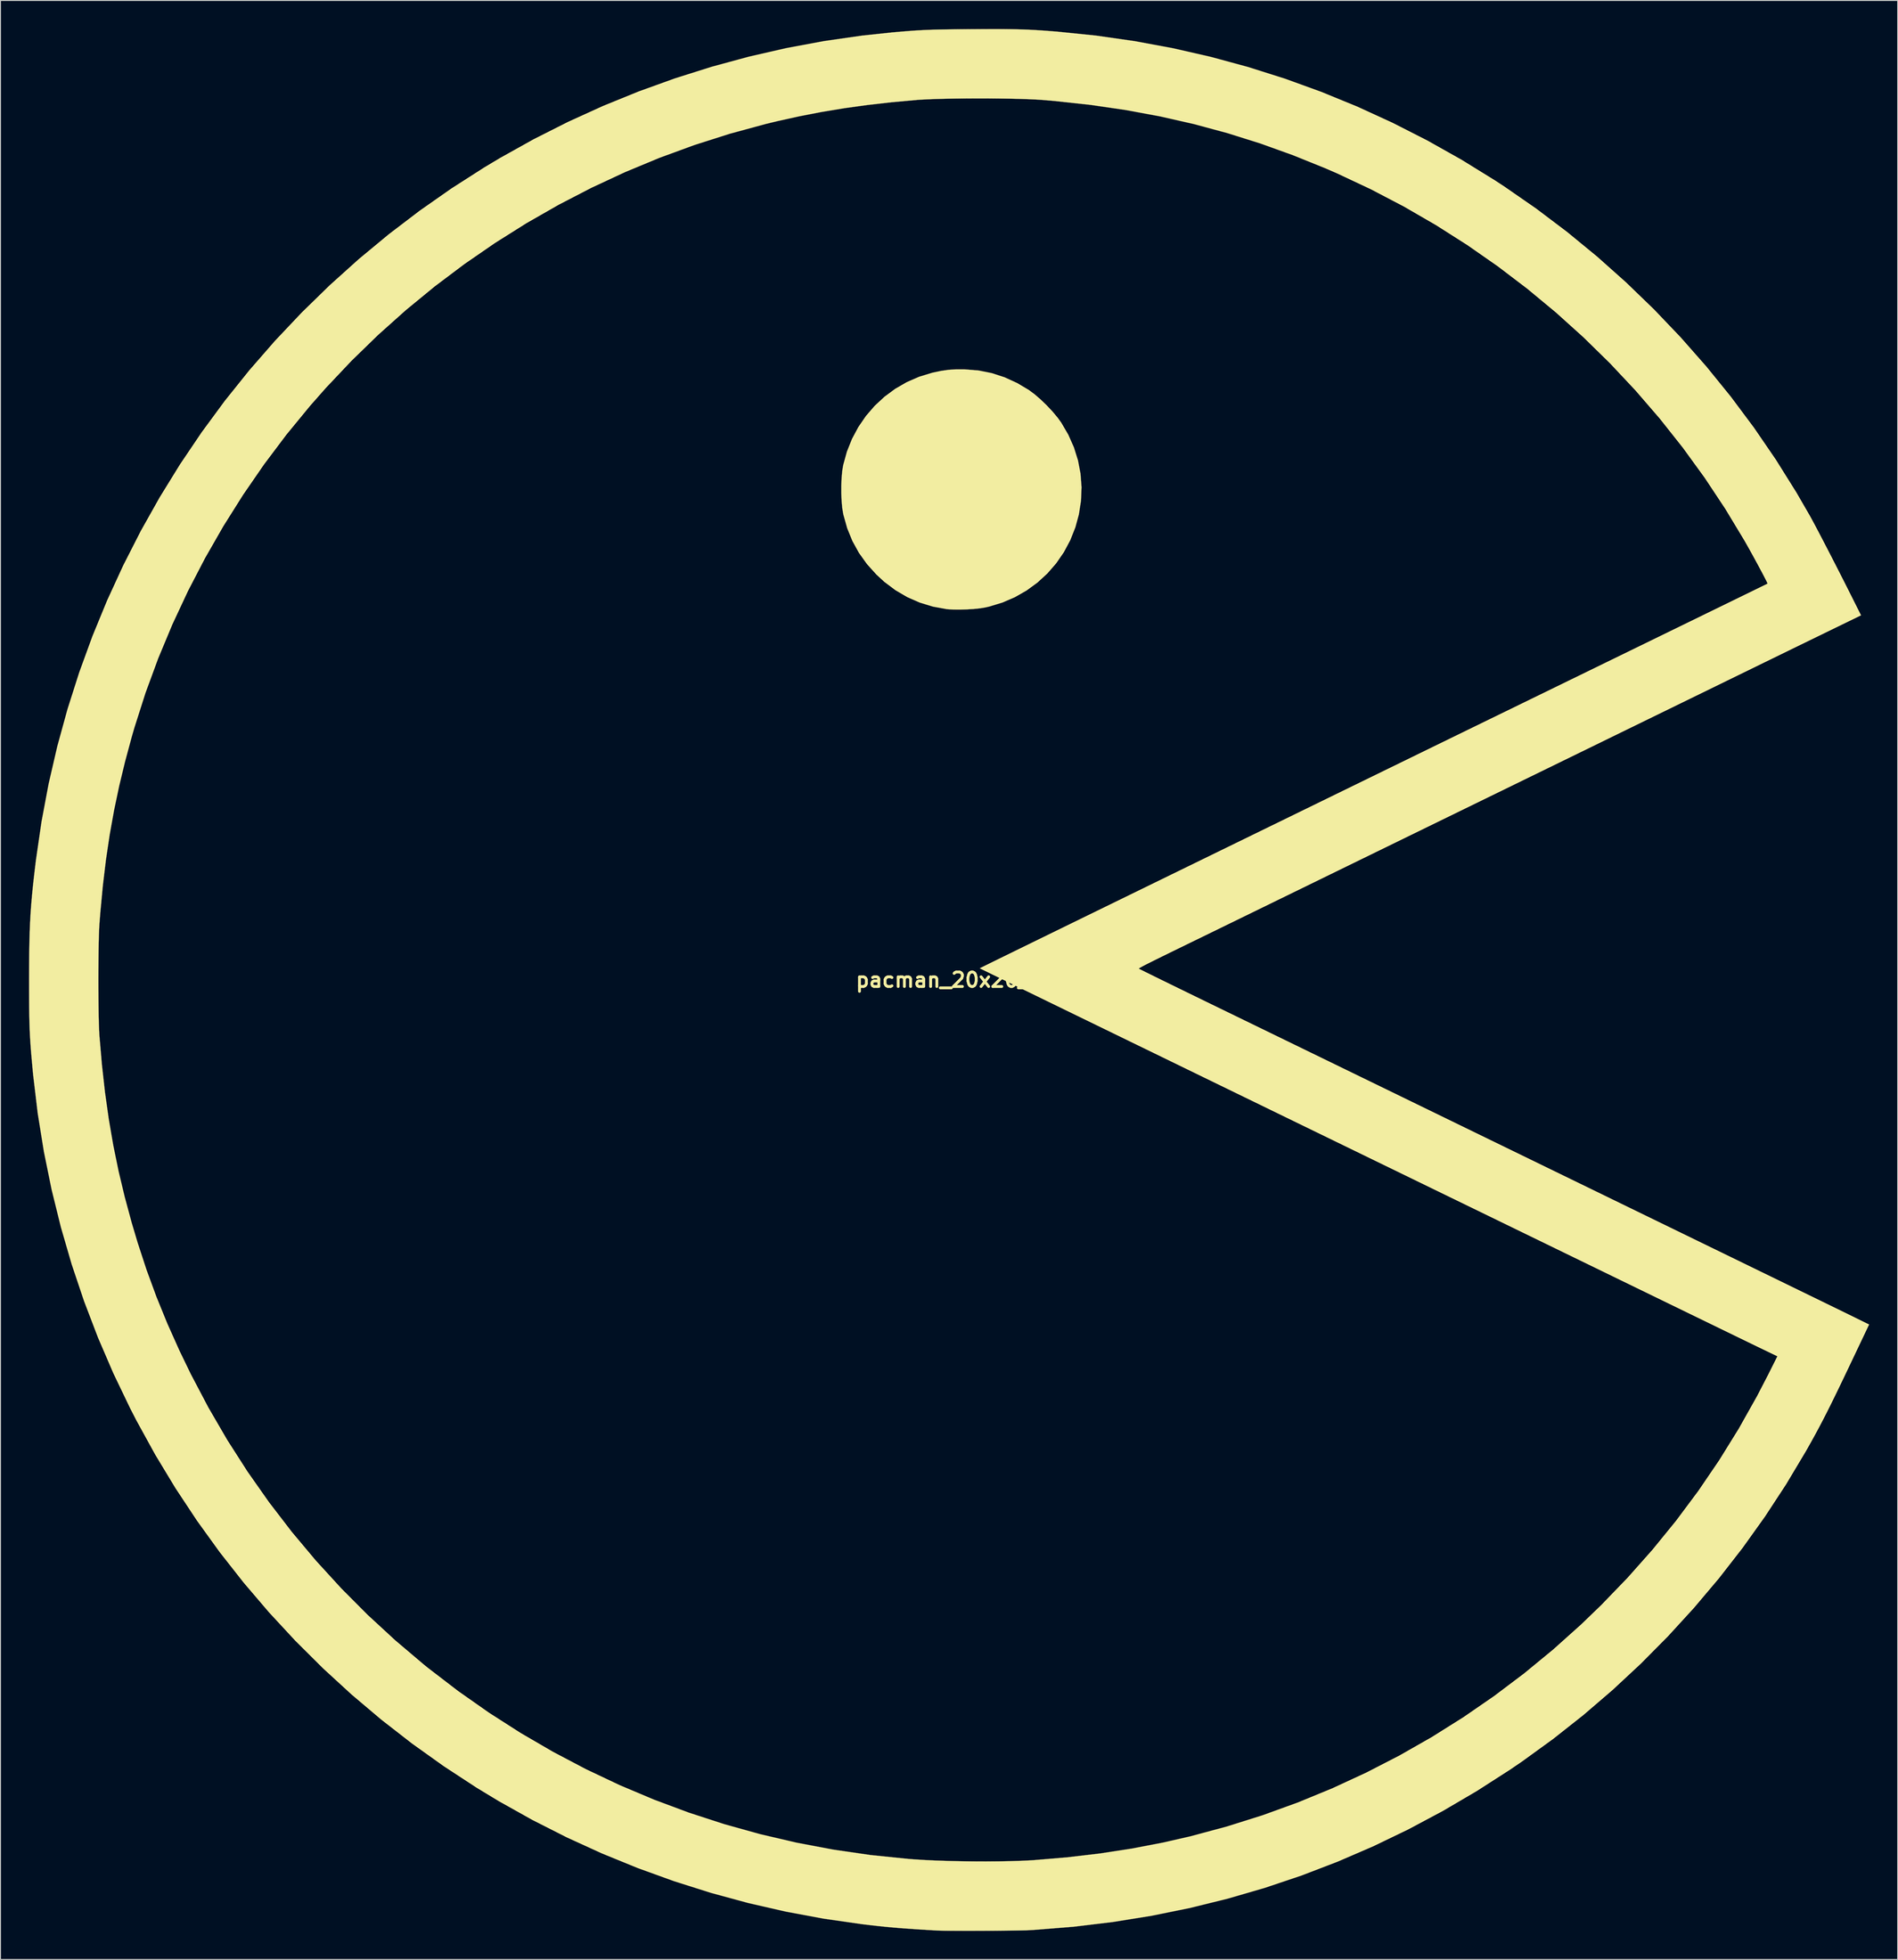
<source format=kicad_pcb>
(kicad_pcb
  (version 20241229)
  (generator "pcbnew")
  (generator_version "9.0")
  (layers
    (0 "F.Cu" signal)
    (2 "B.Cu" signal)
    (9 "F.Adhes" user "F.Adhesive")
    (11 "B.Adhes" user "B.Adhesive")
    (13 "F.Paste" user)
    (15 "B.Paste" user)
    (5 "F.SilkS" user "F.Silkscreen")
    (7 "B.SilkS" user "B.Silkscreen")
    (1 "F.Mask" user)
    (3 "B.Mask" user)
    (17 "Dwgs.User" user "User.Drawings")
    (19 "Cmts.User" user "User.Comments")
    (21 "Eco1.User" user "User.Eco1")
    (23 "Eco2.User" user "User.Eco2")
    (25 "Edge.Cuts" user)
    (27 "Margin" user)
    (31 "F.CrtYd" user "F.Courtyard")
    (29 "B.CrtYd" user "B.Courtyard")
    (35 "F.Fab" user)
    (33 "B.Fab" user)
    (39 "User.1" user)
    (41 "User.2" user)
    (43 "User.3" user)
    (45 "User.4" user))
  (footprint "pacman_20x20_F"
    (layer "F.Cu")
    (at 96.651 99.879)
    (property "Reference" "pacman_20x20_F" (at 0 0 0) (layer "F.SilkS") (effects (font (size 1.524 1.524) (thickness 0.3))))
    (attr through_hole)
    (fp_poly (pts (xy 1.612 -64.135) (xy 1.651 -64.134) (xy 3.103 -64.014) (xy 4.503 -63.735) (xy 5.857 -63.294) (xy 7.172 -62.691) (xy 8.387 -61.968) (xy 8.983 -61.527) (xy 9.623 -60.977) (xy 10.267 -60.357) (xy 10.878 -59.706) (xy 11.417 -59.062) (xy 11.795 -58.541) (xy 12.54 -57.266) (xy 13.128 -55.939) (xy 13.557 -54.57) (xy 13.825 -53.171) (xy 13.931 -51.752) (xy 13.874 -50.324) (xy 13.651 -48.897) (xy 13.283 -47.543) (xy 12.749 -46.194) (xy 12.075 -44.931) (xy 11.269 -43.762) (xy 10.342 -42.696) (xy 9.304 -41.743) (xy 8.163 -40.909) (xy 6.931 -40.205) (xy 5.616 -39.638) (xy 4.228 -39.217) (xy 3.734 -39.107) (xy 3.214 -39.026) (xy 2.581 -38.962) (xy 1.885 -38.919) (xy 1.179 -38.898) (xy 0.514 -38.901) (xy -0.057 -38.931) (xy -0.254 -38.951) (xy -1.685 -39.213) (xy -3.061 -39.634) (xy -4.375 -40.209) (xy -5.618 -40.937) (xy -6.785 -41.812) (xy -7.624 -42.584) (xy -8.616 -43.686) (xy -9.455 -44.859) (xy -10.143 -46.109) (xy -10.686 -47.442) (xy -11.087 -48.865) (xy -11.108 -48.964) (xy -11.209 -49.577) (xy -11.275 -50.309) (xy -11.309 -51.112) (xy -11.309 -51.938) (xy -11.275 -52.74) (xy -11.208 -53.471) (xy -11.108 -54.076) (xy -10.719 -55.485) (xy -10.185 -56.821) (xy -9.514 -58.075) (xy -8.716 -59.238) (xy -7.8 -60.299) (xy -6.774 -61.251) (xy -5.649 -62.084) (xy -4.431 -62.788) (xy -3.132 -63.354) (xy -1.759 -63.773) (xy -1.686 -63.79) (xy -0.828 -63.972) (xy -0.045 -64.084) (xy 0.743 -64.136) (xy 1.612 -64.135)) (stroke (width 0.01) (type solid)) (fill yes) (layer "F.SilkS"))
    (fp_poly (pts (xy 5.562 -99.872) (xy 6.355 -99.865) (xy 7.074 -99.853) (xy 7.742 -99.835) (xy 8.383 -99.809) (xy 9.02 -99.776) (xy 9.678 -99.735) (xy 10.38 -99.684) (xy 11.15 -99.624) (xy 11.345 -99.609) (xy 15.441 -99.192) (xy 19.501 -98.611) (xy 23.521 -97.866) (xy 27.499 -96.958) (xy 31.431 -95.889) (xy 35.312 -94.66) (xy 39.139 -93.272) (xy 42.91 -91.727) (xy 46.619 -90.025) (xy 50.263 -88.169) (xy 53.839 -86.159) (xy 57.343 -83.996) (xy 58.338 -83.346) (xy 61.691 -81.024) (xy 64.945 -78.567) (xy 68.097 -75.98) (xy 71.141 -73.267) (xy 74.073 -70.435) (xy 76.887 -67.487) (xy 79.58 -64.429) (xy 82.146 -61.266) (xy 84.581 -58.004) (xy 86.88 -54.647) (xy 89.038 -51.2) (xy 90.469 -48.726) (xy 90.703 -48.298) (xy 91.004 -47.738) (xy 91.361 -47.062) (xy 91.765 -46.289) (xy 92.207 -45.438) (xy 92.678 -44.526) (xy 93.167 -43.573) (xy 93.666 -42.595) (xy 94.165 -41.612) (xy 94.654 -40.641) (xy 94.871 -40.209) (xy 95.83 -38.297) (xy 92.742 -36.795) (xy 92.011 -36.439) (xy 91.16 -36.024) (xy 90.222 -35.567) (xy 89.23 -35.084) (xy 88.217 -34.59) (xy 87.214 -34.1) (xy 86.255 -33.632) (xy 85.615 -33.32) (xy 84.817 -32.93) (xy 83.902 -32.483) (xy 82.879 -31.984) (xy 81.759 -31.437) (xy 80.553 -30.848) (xy 79.271 -30.222) (xy 77.922 -29.564) (xy 76.518 -28.878) (xy 75.069 -28.171) (xy 73.586 -27.447) (xy 72.077 -26.711) (xy 70.555 -25.968) (xy 69.03 -25.223) (xy 67.511 -24.481) (xy 66.009 -23.748) (xy 64.534 -23.028) (xy 63.098 -22.327) (xy 61.71 -21.65) (xy 60.38 -21.001) (xy 59.119 -20.385) (xy 57.938 -19.809) (xy 56.846 -19.276) (xy 55.854 -18.792) (xy 54.973 -18.362) (xy 54.213 -17.991) (xy 53.583 -17.684) (xy 53.096 -17.446) (xy 53.086 -17.441) (xy 52.588 -17.198) (xy 51.95 -16.887) (xy 51.186 -16.514) (xy 50.307 -16.085) (xy 49.326 -15.606) (xy 48.256 -15.084) (xy 47.109 -14.524) (xy 45.898 -13.933) (xy 44.635 -13.317) (xy 43.333 -12.681) (xy 42.005 -12.033) (xy 40.663 -11.378) (xy 39.32 -10.722) (xy 38.862 -10.498) (xy 37.554 -9.859) (xy 36.262 -9.229) (xy 34.999 -8.613) (xy 33.775 -8.015) (xy 32.601 -7.442) (xy 31.486 -6.898) (xy 30.443 -6.389) (xy 29.482 -5.92) (xy 28.613 -5.496) (xy 27.847 -5.122) (xy 27.195 -4.804) (xy 26.668 -4.547) (xy 26.276 -4.356) (xy 26.12 -4.28) (xy 24.981 -3.726) (xy 23.986 -3.24) (xy 23.126 -2.82) (xy 22.391 -2.459) (xy 21.773 -2.154) (xy 21.263 -1.901) (xy 20.851 -1.693) (xy 20.53 -1.529) (xy 20.289 -1.401) (xy 20.121 -1.307) (xy 20.015 -1.242) (xy 19.964 -1.2) (xy 19.958 -1.178) (xy 19.958 -1.178) (xy 20.042 -1.133) (xy 20.268 -1.02) (xy 20.625 -0.842) (xy 21.105 -0.605) (xy 21.697 -0.314) (xy 22.391 0.027) (xy 23.176 0.411) (xy 24.043 0.835) (xy 24.981 1.293) (xy 25.981 1.78) (xy 27.031 2.292) (xy 27.94 2.734) (xy 29.68 3.58) (xy 31.488 4.459) (xy 33.359 5.369) (xy 35.286 6.306) (xy 37.265 7.269) (xy 39.289 8.253) (xy 41.352 9.257) (xy 43.449 10.277) (xy 45.575 11.311) (xy 47.724 12.356) (xy 49.889 13.41) (xy 52.066 14.469) (xy 54.248 15.531) (xy 56.43 16.593) (xy 58.607 17.652) (xy 60.772 18.705) (xy 62.92 19.751) (xy 65.046 20.785) (xy 67.143 21.805) (xy 69.205 22.809) (xy 71.229 23.794) (xy 73.206 24.756) (xy 75.133 25.694) (xy 77.003 26.604) (xy 78.81 27.484) (xy 80.549 28.33) (xy 82.215 29.141) (xy 83.801 29.913) (xy 85.301 30.644) (xy 86.711 31.33) (xy 88.025 31.97) (xy 89.236 32.56) (xy 90.339 33.097) (xy 91.329 33.579) (xy 92.2 34.004) (xy 92.946 34.367) (xy 93.561 34.667) (xy 94.04 34.901) (xy 94.377 35.065) (xy 94.545 35.148) (xy 96.676 36.195) (xy 94.582 40.598) (xy 94 41.818) (xy 93.478 42.903) (xy 93.006 43.874) (xy 92.573 44.751) (xy 92.17 45.553) (xy 91.786 46.3) (xy 91.412 47.013) (xy 91.036 47.71) (xy 90.649 48.413) (xy 90.241 49.14) (xy 90.019 49.53) (xy 87.951 52.989) (xy 85.738 56.367) (xy 83.385 59.658) (xy 80.898 62.854) (xy 78.282 65.951) (xy 75.545 68.942) (xy 72.692 71.82) (xy 69.728 74.579) (xy 66.659 77.213) (xy 63.492 79.715) (xy 60.232 82.079) (xy 58.955 82.95) (xy 55.451 85.2) (xy 51.887 87.291) (xy 48.263 89.224) (xy 44.58 90.999) (xy 40.839 92.614) (xy 37.041 94.071) (xy 33.186 95.367) (xy 29.276 96.504) (xy 25.31 97.482) (xy 21.291 98.299) (xy 17.217 98.955) (xy 13.091 99.451) (xy 8.913 99.786) (xy 8.382 99.816) (xy 8.08 99.828) (xy 7.634 99.839) (xy 7.068 99.849) (xy 6.403 99.858) (xy 5.661 99.865) (xy 4.863 99.871) (xy 4.032 99.876) (xy 3.19 99.879) (xy 2.359 99.88) (xy 1.56 99.88) (xy 0.816 99.878) (xy 0.148 99.875) (xy -0.422 99.869) (xy -0.871 99.862) (xy -1.178 99.852) (xy -1.228 99.85) (xy -2.395 99.781) (xy -3.421 99.716) (xy -4.334 99.654) (xy -5.162 99.592) (xy -5.933 99.527) (xy -6.675 99.458) (xy -7.416 99.381) (xy -8.185 99.295) (xy -9.008 99.197) (xy -9.144 99.18) (xy -13.153 98.604) (xy -17.138 97.862) (xy -21.092 96.957) (xy -25.008 95.891) (xy -28.878 94.666) (xy -32.696 93.285) (xy -36.454 91.751) (xy -40.145 90.066) (xy -43.763 88.233) (xy -47.299 86.254) (xy -49.615 84.851) (xy -53.059 82.598) (xy -56.401 80.213) (xy -59.636 77.698) (xy -62.761 75.057) (xy -65.772 72.295) (xy -68.667 69.415) (xy -71.441 66.421) (xy -74.091 63.316) (xy -76.615 60.105) (xy -79.007 56.791) (xy -81.266 53.377) (xy -83.387 49.869) (xy -85.368 46.268) (xy -86.02 45) (xy -87.791 41.312) (xy -89.406 37.56) (xy -90.863 33.75) (xy -92.162 29.887) (xy -93.3 25.977) (xy -94.276 22.024) (xy -95.089 18.033) (xy -95.737 14.01) (xy -96.219 9.959) (xy -96.261 9.525) (xy -96.342 8.637) (xy -96.412 7.845) (xy -96.47 7.123) (xy -96.518 6.448) (xy -96.556 5.794) (xy -96.586 5.139) (xy -96.609 4.457) (xy -96.625 3.724) (xy -96.636 2.915) (xy -96.642 2.008) (xy -96.645 0.976) (xy -96.646 -0.042) (xy -96.646 -0.109) (xy -89.366 -0.109) (xy -89.365 0.914) (xy -89.359 1.915) (xy -89.348 2.87) (xy -89.334 3.756) (xy -89.314 4.548) (xy -89.291 5.224) (xy -89.263 5.758) (xy -89.257 5.842) (xy -88.996 8.891) (xy -88.67 11.811) (xy -88.273 14.632) (xy -87.799 17.383) (xy -87.243 20.095) (xy -86.599 22.797) (xy -85.862 25.518) (xy -85.245 27.59) (xy -84.306 30.457) (xy -83.268 33.284) (xy -82.119 36.103) (xy -80.846 38.945) (xy -79.657 41.402) (xy -77.811 44.91) (xy -75.824 48.325) (xy -73.698 51.644) (xy -71.435 54.864) (xy -69.039 57.983) (xy -66.512 60.996) (xy -63.855 63.901) (xy -61.073 66.696) (xy -58.166 69.376) (xy -55.138 71.94) (xy -54.694 72.297) (xy -51.543 74.713) (xy -48.306 76.984) (xy -44.988 79.108) (xy -41.593 81.083) (xy -38.125 82.909) (xy -34.588 84.583) (xy -30.985 86.103) (xy -27.322 87.469) (xy -23.602 88.679) (xy -19.829 89.73) (xy -16.008 90.622) (xy -12.142 91.352) (xy -8.235 91.92) (xy -4.292 92.323) (xy -3.634 92.374) (xy -2.574 92.441) (xy -1.396 92.496) (xy -0.13 92.539) (xy 1.192 92.569) (xy 2.541 92.587) (xy 3.884 92.591) (xy 5.192 92.583) (xy 6.433 92.561) (xy 7.577 92.526) (xy 8.593 92.477) (xy 8.89 92.458) (xy 12.434 92.16) (xy 15.865 91.756) (xy 19.204 91.243) (xy 22.473 90.617) (xy 25.358 89.958) (xy 29.184 88.93) (xy 32.95 87.745) (xy 36.65 86.405) (xy 40.281 84.912) (xy 43.84 83.267) (xy 47.323 81.474) (xy 50.727 79.534) (xy 54.047 77.449) (xy 57.281 75.221) (xy 60.424 72.852) (xy 63.474 70.344) (xy 66.426 67.7) (xy 68.542 65.659) (xy 71.306 62.795) (xy 73.924 59.846) (xy 76.398 56.809) (xy 78.731 53.681) (xy 80.926 50.457) (xy 82.986 47.134) (xy 84.912 43.709) (xy 86.106 41.403) (xy 87.041 39.533) (xy 85.579 38.828) (xy 85.371 38.728) (xy 85.146 38.62) (xy 84.898 38.5) (xy 84.62 38.365) (xy 84.305 38.212) (xy 83.945 38.038) (xy 83.536 37.839) (xy 83.069 37.612) (xy 82.537 37.354) (xy 81.935 37.061) (xy 81.255 36.731) (xy 80.491 36.359) (xy 79.635 35.943) (xy 78.682 35.48) (xy 77.623 34.965) (xy 76.454 34.396) (xy 75.165 33.77) (xy 73.752 33.082) (xy 72.207 32.331) (xy 70.523 31.512) (xy 68.694 30.622) (xy 68.665 30.608) (xy 67.493 30.038) (xy 66.208 29.413) (xy 64.841 28.748) (xy 63.424 28.059) (xy 61.989 27.361) (xy 60.569 26.671) (xy 59.196 26.003) (xy 57.901 25.373) (xy 56.717 24.797) (xy 56.388 24.637) (xy 54.533 23.735) (xy 52.634 22.812) (xy 50.699 21.871) (xy 48.732 20.914) (xy 46.74 19.945) (xy 44.727 18.967) (xy 42.701 17.981) (xy 40.665 16.991) (xy 38.627 16) (xy 36.592 15.01) (xy 34.564 14.024) (xy 32.551 13.044) (xy 30.558 12.075) (xy 28.591 11.118) (xy 26.654 10.176) (xy 24.755 9.252) (xy 22.898 8.348) (xy 21.09 7.468) (xy 19.335 6.615) (xy 17.64 5.79) (xy 16.011 4.997) (xy 14.452 4.239) (xy 12.97 3.518) (xy 11.571 2.837) (xy 10.26 2.199) (xy 9.043 1.606) (xy 7.925 1.062) (xy 6.912 0.569) (xy 6.011 0.13) (xy 5.225 -0.252) (xy 4.563 -0.575) (xy 4.028 -0.836) (xy 3.627 -1.031) (xy 3.365 -1.159) (xy 3.248 -1.217) (xy 3.242 -1.22) (xy 3.281 -1.241) (xy 3.402 -1.303) (xy 3.61 -1.406) (xy 3.907 -1.553) (xy 4.297 -1.746) (xy 4.783 -1.985) (xy 5.369 -2.272) (xy 6.056 -2.609) (xy 6.849 -2.997) (xy 7.751 -3.438) (xy 8.765 -3.934) (xy 9.894 -4.486) (xy 11.142 -5.096) (xy 12.511 -5.765) (xy 14.005 -6.495) (xy 15.628 -7.287) (xy 17.382 -8.143) (xy 19.27 -9.065) (xy 21.296 -10.054) (xy 23.463 -11.112) (xy 25.775 -12.24) (xy 28.233 -13.44) (xy 29.464 -14.04) (xy 29.848 -14.227) (xy 30.373 -14.484) (xy 31.027 -14.803) (xy 31.798 -15.179) (xy 32.675 -15.607) (xy 33.645 -16.081) (xy 34.698 -16.594) (xy 35.822 -17.143) (xy 37.004 -17.72) (xy 38.234 -18.32) (xy 39.5 -18.938) (xy 40.79 -19.568) (xy 42.092 -20.203) (xy 42.46 -20.383) (xy 43.755 -21.015) (xy 45.036 -21.64) (xy 46.291 -22.253) (xy 47.51 -22.847) (xy 48.68 -23.419) (xy 49.791 -23.961) (xy 50.832 -24.469) (xy 51.792 -24.937) (xy 52.659 -25.36) (xy 53.422 -25.732) (xy 54.071 -26.049) (xy 54.593 -26.303) (xy 54.978 -26.491) (xy 55.076 -26.539) (xy 55.886 -26.933) (xy 56.79 -27.374) (xy 57.779 -27.856) (xy 58.846 -28.375) (xy 59.98 -28.928) (xy 61.175 -29.511) (xy 62.421 -30.118) (xy 63.711 -30.747) (xy 65.035 -31.393) (xy 66.386 -32.051) (xy 67.755 -32.719) (xy 69.133 -33.391) (xy 70.513 -34.063) (xy 71.885 -34.733) (xy 73.242 -35.394) (xy 74.574 -36.044) (xy 75.875 -36.679) (xy 77.134 -37.293) (xy 78.345 -37.883) (xy 79.497 -38.446) (xy 80.584 -38.976) (xy 81.596 -39.469) (xy 82.525 -39.923) (xy 83.363 -40.332) (xy 84.101 -40.692) (xy 84.732 -41) (xy 85.245 -41.251) (xy 85.634 -41.441) (xy 85.89 -41.566) (xy 86.004 -41.622) (xy 86.009 -41.625) (xy 85.982 -41.704) (xy 85.883 -41.911) (xy 85.723 -42.226) (xy 85.513 -42.63) (xy 85.262 -43.101) (xy 84.983 -43.621) (xy 84.685 -44.169) (xy 84.38 -44.726) (xy 84.077 -45.272) (xy 83.788 -45.786) (xy 83.591 -46.132) (xy 81.567 -49.485) (xy 79.404 -52.745) (xy 77.107 -55.907) (xy 74.681 -58.968) (xy 72.13 -61.922) (xy 69.459 -64.766) (xy 66.673 -67.496) (xy 63.776 -70.107) (xy 60.774 -72.595) (xy 57.67 -74.956) (xy 54.47 -77.186) (xy 51.178 -79.281) (xy 47.8 -81.236) (xy 44.339 -83.047) (xy 40.801 -84.71) (xy 39.545 -85.256) (xy 36.131 -86.634) (xy 32.705 -87.865) (xy 29.251 -88.95) (xy 25.756 -89.894) (xy 22.206 -90.7) (xy 18.587 -91.371) (xy 14.885 -91.911) (xy 11.085 -92.323) (xy 9.821 -92.43) (xy 9.144 -92.474) (xy 8.325 -92.511) (xy 7.388 -92.541) (xy 6.358 -92.564) (xy 5.26 -92.58) (xy 4.118 -92.589) (xy 2.958 -92.591) (xy 1.804 -92.586) (xy 0.681 -92.574) (xy -0.387 -92.555) (xy -1.375 -92.529) (xy -2.257 -92.496) (xy -3.01 -92.456) (xy -3.387 -92.429) (xy -6.049 -92.186) (xy -8.579 -91.898) (xy -11.01 -91.561) (xy -13.375 -91.169) (xy -15.706 -90.718) (xy -18.036 -90.202) (xy -19.262 -89.905) (xy -23.034 -88.879) (xy -26.753 -87.694) (xy -30.416 -86.352) (xy -34.016 -84.857) (xy -37.549 -83.212) (xy -41.01 -81.42) (xy -44.393 -79.485) (xy -47.693 -77.408) (xy -50.905 -75.195) (xy -54.025 -72.847) (xy -57.046 -70.368) (xy -59.964 -67.761) (xy -62.775 -65.029) (xy -65.471 -62.176) (xy -67.139 -60.283) (xy -69.609 -57.275) (xy -71.95 -54.164) (xy -74.159 -50.958) (xy -76.233 -47.665) (xy -78.166 -44.293) (xy -79.954 -40.848) (xy -81.594 -37.34) (xy -83.081 -33.775) (xy -84.411 -30.162) (xy -85.579 -26.507) (xy -85.851 -25.569) (xy -86.56 -22.945) (xy -87.181 -20.371) (xy -87.719 -17.813) (xy -88.181 -15.24) (xy -88.571 -12.619) (xy -88.895 -9.916) (xy -89.16 -7.098) (xy -89.254 -5.884) (xy -89.284 -5.374) (xy -89.308 -4.719) (xy -89.329 -3.944) (xy -89.345 -3.071) (xy -89.356 -2.125) (xy -89.364 -1.13) (xy -89.366 -0.109) (xy -96.646 -0.109) (xy -96.642 -1.466) (xy -96.632 -2.747) (xy -96.613 -3.913) (xy -96.583 -4.99) (xy -96.542 -6.005) (xy -96.487 -6.985) (xy -96.417 -7.957) (xy -96.331 -8.948) (xy -96.227 -9.985) (xy -96.103 -11.094) (xy -95.959 -12.302) (xy -95.921 -12.607) (xy -95.337 -16.619) (xy -94.589 -20.6) (xy -93.677 -24.545) (xy -92.604 -28.449) (xy -91.374 -32.305) (xy -89.986 -36.109) (xy -88.445 -39.855) (xy -86.752 -43.537) (xy -84.91 -47.151) (xy -82.92 -50.69) (xy -80.786 -54.15) (xy -78.508 -57.525) (xy -76.091 -60.808) (xy -76.063 -60.845) (xy -73.497 -64.042) (xy -70.803 -67.132) (xy -67.987 -70.109) (xy -65.053 -72.969) (xy -62.008 -75.707) (xy -58.856 -78.318) (xy -55.603 -80.797) (xy -52.254 -83.141) (xy -48.815 -85.343) (xy -47.159 -86.334) (xy -43.63 -88.302) (xy -40.018 -90.125) (xy -36.334 -91.801) (xy -32.583 -93.326) (xy -28.774 -94.699) (xy -24.915 -95.917) (xy -21.012 -96.977) (xy -17.075 -97.878) (xy -13.109 -98.616) (xy -9.124 -99.189) (xy -5.969 -99.524) (xy -5.188 -99.592) (xy -4.491 -99.65) (xy -3.852 -99.699) (xy -3.248 -99.739) (xy -2.654 -99.772) (xy -2.046 -99.797) (xy -1.399 -99.818) (xy -0.69 -99.833) (xy 0.107 -99.846) (xy 1.015 -99.855) (xy 2.059 -99.863) (xy 2.498 -99.865) (xy 3.657 -99.871) (xy 4.67 -99.874) (xy 5.562 -99.872)) (stroke (width 0.01) (type solid)) (fill yes) (layer "F.SilkS")))
  (gr_rect
    (start -3 -3)
    (end 196.332 202.764)
    (stroke (width 0.1) (type default))
    (fill no)
    (layer "Edge.Cuts")))
</source>
